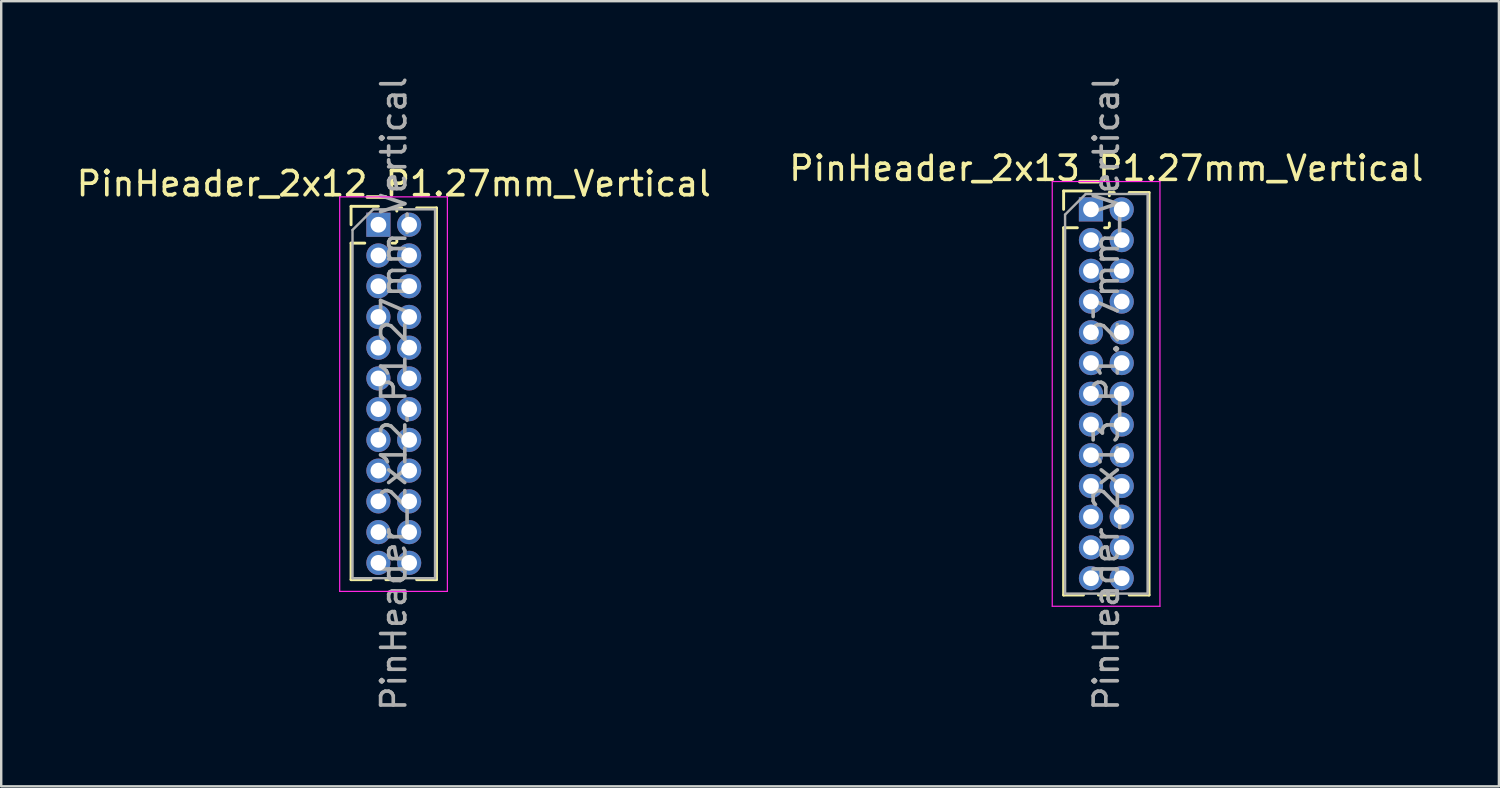
<source format=kicad_pcb>
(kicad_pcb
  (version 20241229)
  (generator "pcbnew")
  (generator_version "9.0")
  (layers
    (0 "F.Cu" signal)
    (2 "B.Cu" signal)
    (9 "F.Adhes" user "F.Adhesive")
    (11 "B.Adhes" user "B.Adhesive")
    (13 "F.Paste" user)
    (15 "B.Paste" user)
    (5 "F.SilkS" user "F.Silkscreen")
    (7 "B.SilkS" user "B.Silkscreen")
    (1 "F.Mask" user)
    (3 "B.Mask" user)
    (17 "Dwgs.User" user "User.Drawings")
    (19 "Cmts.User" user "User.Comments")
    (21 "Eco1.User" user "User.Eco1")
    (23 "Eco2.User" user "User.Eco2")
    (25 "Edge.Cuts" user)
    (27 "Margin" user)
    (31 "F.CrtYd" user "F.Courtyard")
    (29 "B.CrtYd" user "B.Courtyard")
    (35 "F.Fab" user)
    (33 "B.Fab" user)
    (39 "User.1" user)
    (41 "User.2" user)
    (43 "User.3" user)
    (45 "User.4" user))
  (footprint "PinHeader_2x13_P1.27mm_Vertical"
    (layer "F.Cu")
    (at 42.026 5.6)
    (property "Reference" "PinHeader_2x13_P1.27mm_Vertical" (at 0.635 -1.695 0) (layer "F.SilkS") (effects (font (size 1 1) (thickness 0.15))))
    (attr through_hole)
    (fp_line (start -1.13 -0.76) (end 0 -0.76) (stroke (width 0.12) (type solid)) (layer "F.SilkS"))
    (fp_line (start -1.13 0) (end -1.13 -0.76) (stroke (width 0.12) (type solid)) (layer "F.SilkS"))
    (fp_line (start -1.13 0.76) (end -1.13 15.935) (stroke (width 0.12) (type solid)) (layer "F.SilkS"))
    (fp_line (start -1.13 0.76) (end -0.563 0.76) (stroke (width 0.12) (type solid)) (layer "F.SilkS"))
    (fp_line (start -1.13 15.935) (end -0.308 15.935) (stroke (width 0.12) (type solid)) (layer "F.SilkS"))
    (fp_line (start 0.308 15.935) (end 0.962 15.935) (stroke (width 0.12) (type solid)) (layer "F.SilkS"))
    (fp_line (start 0.563 0.76) (end 0.707 0.76) (stroke (width 0.12) (type solid)) (layer "F.SilkS"))
    (fp_line (start 0.76 -0.695) (end 0.962 -0.695) (stroke (width 0.12) (type solid)) (layer "F.SilkS"))
    (fp_line (start 0.76 -0.563) (end 0.76 -0.695) (stroke (width 0.12) (type solid)) (layer "F.SilkS"))
    (fp_line (start 0.76 0.707) (end 0.76 0.563) (stroke (width 0.12) (type solid)) (layer "F.SilkS"))
    (fp_line (start 1.578 -0.695) (end 2.4 -0.695) (stroke (width 0.12) (type solid)) (layer "F.SilkS"))
    (fp_line (start 1.578 15.935) (end 2.4 15.935) (stroke (width 0.12) (type solid)) (layer "F.SilkS"))
    (fp_line (start 2.4 -0.695) (end 2.4 15.935) (stroke (width 0.12) (type solid)) (layer "F.SilkS"))
    (fp_line (start -1.6 -1.15) (end -1.6 16.4) (stroke (width 0.05) (type solid)) (layer "F.CrtYd"))
    (fp_line (start -1.6 16.4) (end 2.85 16.4) (stroke (width 0.05) (type solid)) (layer "F.CrtYd"))
    (fp_line (start 2.85 -1.15) (end -1.6 -1.15) (stroke (width 0.05) (type solid)) (layer "F.CrtYd"))
    (fp_line (start 2.85 16.4) (end 2.85 -1.15) (stroke (width 0.05) (type solid)) (layer "F.CrtYd"))
    (fp_line (start -1.07 0.217) (end -0.217 -0.635) (stroke (width 0.1) (type solid)) (layer "F.Fab"))
    (fp_line (start -1.07 15.875) (end -1.07 0.217) (stroke (width 0.1) (type solid)) (layer "F.Fab"))
    (fp_line (start -0.217 -0.635) (end 2.34 -0.635) (stroke (width 0.1) (type solid)) (layer "F.Fab"))
    (fp_line (start 2.34 -0.635) (end 2.34 15.875) (stroke (width 0.1) (type solid)) (layer "F.Fab"))
    (fp_line (start 2.34 15.875) (end -1.07 15.875) (stroke (width 0.1) (type solid)) (layer "F.Fab"))
    (fp_text user "${REFERENCE}" (at 0.635 7.62 90) (layer "F.Fab") (effects (font (size 1 1) (thickness 0.15))))
    (pad "1" thru_hole rect (at 0 0) (size 1 1) (drill 0.65) (layers "*.Cu" "*.Mask"))
    (pad "2" thru_hole oval (at 1.27 0) (size 1 1) (drill 0.65) (layers "*.Cu" "*.Mask"))
    (pad "3" thru_hole oval (at 0 1.27) (size 1 1) (drill 0.65) (layers "*.Cu" "*.Mask"))
    (pad "4" thru_hole oval (at 1.27 1.27) (size 1 1) (drill 0.65) (layers "*.Cu" "*.Mask"))
    (pad "5" thru_hole oval (at 0 2.54) (size 1 1) (drill 0.65) (layers "*.Cu" "*.Mask"))
    (pad "6" thru_hole oval (at 1.27 2.54) (size 1 1) (drill 0.65) (layers "*.Cu" "*.Mask"))
    (pad "7" thru_hole oval (at 0 3.81) (size 1 1) (drill 0.65) (layers "*.Cu" "*.Mask"))
    (pad "8" thru_hole oval (at 1.27 3.81) (size 1 1) (drill 0.65) (layers "*.Cu" "*.Mask"))
    (pad "9" thru_hole oval (at 0 5.08) (size 1 1) (drill 0.65) (layers "*.Cu" "*.Mask"))
    (pad "10" thru_hole oval (at 1.27 5.08) (size 1 1) (drill 0.65) (layers "*.Cu" "*.Mask"))
    (pad "11" thru_hole oval (at 0 6.35) (size 1 1) (drill 0.65) (layers "*.Cu" "*.Mask"))
    (pad "12" thru_hole oval (at 1.27 6.35) (size 1 1) (drill 0.65) (layers "*.Cu" "*.Mask"))
    (pad "13" thru_hole oval (at 0 7.62) (size 1 1) (drill 0.65) (layers "*.Cu" "*.Mask"))
    (pad "14" thru_hole oval (at 1.27 7.62) (size 1 1) (drill 0.65) (layers "*.Cu" "*.Mask"))
    (pad "15" thru_hole oval (at 0 8.89) (size 1 1) (drill 0.65) (layers "*.Cu" "*.Mask"))
    (pad "16" thru_hole oval (at 1.27 8.89) (size 1 1) (drill 0.65) (layers "*.Cu" "*.Mask"))
    (pad "17" thru_hole oval (at 0 10.16) (size 1 1) (drill 0.65) (layers "*.Cu" "*.Mask"))
    (pad "18" thru_hole oval (at 1.27 10.16) (size 1 1) (drill 0.65) (layers "*.Cu" "*.Mask"))
    (pad "19" thru_hole oval (at 0 11.43) (size 1 1) (drill 0.65) (layers "*.Cu" "*.Mask"))
    (pad "20" thru_hole oval (at 1.27 11.43) (size 1 1) (drill 0.65) (layers "*.Cu" "*.Mask"))
    (pad "21" thru_hole oval (at 0 12.7) (size 1 1) (drill 0.65) (layers "*.Cu" "*.Mask"))
    (pad "22" thru_hole oval (at 1.27 12.7) (size 1 1) (drill 0.65) (layers "*.Cu" "*.Mask"))
    (pad "23" thru_hole oval (at 0 13.97) (size 1 1) (drill 0.65) (layers "*.Cu" "*.Mask"))
    (pad "24" thru_hole oval (at 1.27 13.97) (size 1 1) (drill 0.65) (layers "*.Cu" "*.Mask"))
    (pad "25" thru_hole oval (at 0 15.24) (size 1 1) (drill 0.65) (layers "*.Cu" "*.Mask"))
    (pad "26" thru_hole oval (at 1.27 15.24) (size 1 1) (drill 0.65) (layers "*.Cu" "*.Mask")))
  (footprint "PinHeader_2x12_P1.27mm_Vertical"
    (layer "F.Cu")
    (at 12.585 6.235)
    (property "Reference" "PinHeader_2x12_P1.27mm_Vertical" (at 0.635 -1.695 0) (layer "F.SilkS") (effects (font (size 1 1) (thickness 0.15))))
    (attr through_hole)
    (fp_line (start -1.13 -0.76) (end 0 -0.76) (stroke (width 0.12) (type solid)) (layer "F.SilkS"))
    (fp_line (start -1.13 0) (end -1.13 -0.76) (stroke (width 0.12) (type solid)) (layer "F.SilkS"))
    (fp_line (start -1.13 0.76) (end -1.13 14.665) (stroke (width 0.12) (type solid)) (layer "F.SilkS"))
    (fp_line (start -1.13 0.76) (end -0.563 0.76) (stroke (width 0.12) (type solid)) (layer "F.SilkS"))
    (fp_line (start -1.13 14.665) (end -0.308 14.665) (stroke (width 0.12) (type solid)) (layer "F.SilkS"))
    (fp_line (start 0.308 14.665) (end 0.962 14.665) (stroke (width 0.12) (type solid)) (layer "F.SilkS"))
    (fp_line (start 0.563 0.76) (end 0.707 0.76) (stroke (width 0.12) (type solid)) (layer "F.SilkS"))
    (fp_line (start 0.76 -0.695) (end 0.962 -0.695) (stroke (width 0.12) (type solid)) (layer "F.SilkS"))
    (fp_line (start 0.76 -0.563) (end 0.76 -0.695) (stroke (width 0.12) (type solid)) (layer "F.SilkS"))
    (fp_line (start 0.76 0.707) (end 0.76 0.563) (stroke (width 0.12) (type solid)) (layer "F.SilkS"))
    (fp_line (start 1.578 -0.695) (end 2.4 -0.695) (stroke (width 0.12) (type solid)) (layer "F.SilkS"))
    (fp_line (start 1.578 14.665) (end 2.4 14.665) (stroke (width 0.12) (type solid)) (layer "F.SilkS"))
    (fp_line (start 2.4 -0.695) (end 2.4 14.665) (stroke (width 0.12) (type solid)) (layer "F.SilkS"))
    (fp_line (start -1.6 -1.15) (end -1.6 15.15) (stroke (width 0.05) (type solid)) (layer "F.CrtYd"))
    (fp_line (start -1.6 15.15) (end 2.85 15.15) (stroke (width 0.05) (type solid)) (layer "F.CrtYd"))
    (fp_line (start 2.85 -1.15) (end -1.6 -1.15) (stroke (width 0.05) (type solid)) (layer "F.CrtYd"))
    (fp_line (start 2.85 15.15) (end 2.85 -1.15) (stroke (width 0.05) (type solid)) (layer "F.CrtYd"))
    (fp_line (start -1.07 0.217) (end -0.217 -0.635) (stroke (width 0.1) (type solid)) (layer "F.Fab"))
    (fp_line (start -1.07 14.605) (end -1.07 0.217) (stroke (width 0.1) (type solid)) (layer "F.Fab"))
    (fp_line (start -0.217 -0.635) (end 2.34 -0.635) (stroke (width 0.1) (type solid)) (layer "F.Fab"))
    (fp_line (start 2.34 -0.635) (end 2.34 14.605) (stroke (width 0.1) (type solid)) (layer "F.Fab"))
    (fp_line (start 2.34 14.605) (end -1.07 14.605) (stroke (width 0.1) (type solid)) (layer "F.Fab"))
    (fp_text user "${REFERENCE}" (at 0.635 6.985 90) (layer "F.Fab") (effects (font (size 1 1) (thickness 0.15))))
    (pad "1" thru_hole rect (at 0 0) (size 1 1) (drill 0.65) (layers "*.Cu" "*.Mask"))
    (pad "2" thru_hole oval (at 1.27 0) (size 1 1) (drill 0.65) (layers "*.Cu" "*.Mask"))
    (pad "3" thru_hole oval (at 0 1.27) (size 1 1) (drill 0.65) (layers "*.Cu" "*.Mask"))
    (pad "4" thru_hole oval (at 1.27 1.27) (size 1 1) (drill 0.65) (layers "*.Cu" "*.Mask"))
    (pad "5" thru_hole oval (at 0 2.54) (size 1 1) (drill 0.65) (layers "*.Cu" "*.Mask"))
    (pad "6" thru_hole oval (at 1.27 2.54) (size 1 1) (drill 0.65) (layers "*.Cu" "*.Mask"))
    (pad "7" thru_hole oval (at 0 3.81) (size 1 1) (drill 0.65) (layers "*.Cu" "*.Mask"))
    (pad "8" thru_hole oval (at 1.27 3.81) (size 1 1) (drill 0.65) (layers "*.Cu" "*.Mask"))
    (pad "9" thru_hole oval (at 0 5.08) (size 1 1) (drill 0.65) (layers "*.Cu" "*.Mask"))
    (pad "10" thru_hole oval (at 1.27 5.08) (size 1 1) (drill 0.65) (layers "*.Cu" "*.Mask"))
    (pad "11" thru_hole oval (at 0 6.35) (size 1 1) (drill 0.65) (layers "*.Cu" "*.Mask"))
    (pad "12" thru_hole oval (at 1.27 6.35) (size 1 1) (drill 0.65) (layers "*.Cu" "*.Mask"))
    (pad "13" thru_hole oval (at 0 7.62) (size 1 1) (drill 0.65) (layers "*.Cu" "*.Mask"))
    (pad "14" thru_hole oval (at 1.27 7.62) (size 1 1) (drill 0.65) (layers "*.Cu" "*.Mask"))
    (pad "15" thru_hole oval (at 0 8.89) (size 1 1) (drill 0.65) (layers "*.Cu" "*.Mask"))
    (pad "16" thru_hole oval (at 1.27 8.89) (size 1 1) (drill 0.65) (layers "*.Cu" "*.Mask"))
    (pad "17" thru_hole oval (at 0 10.16) (size 1 1) (drill 0.65) (layers "*.Cu" "*.Mask"))
    (pad "18" thru_hole oval (at 1.27 10.16) (size 1 1) (drill 0.65) (layers "*.Cu" "*.Mask"))
    (pad "19" thru_hole oval (at 0 11.43) (size 1 1) (drill 0.65) (layers "*.Cu" "*.Mask"))
    (pad "20" thru_hole oval (at 1.27 11.43) (size 1 1) (drill 0.65) (layers "*.Cu" "*.Mask"))
    (pad "21" thru_hole oval (at 0 12.7) (size 1 1) (drill 0.65) (layers "*.Cu" "*.Mask"))
    (pad "22" thru_hole oval (at 1.27 12.7) (size 1 1) (drill 0.65) (layers "*.Cu" "*.Mask"))
    (pad "23" thru_hole oval (at 0 13.97) (size 1 1) (drill 0.65) (layers "*.Cu" "*.Mask"))
    (pad "24" thru_hole oval (at 1.27 13.97) (size 1 1) (drill 0.65) (layers "*.Cu" "*.Mask")))
  (gr_rect
    (start -3 -3)
    (end 58.881 29.44)
    (stroke (width 0.1) (type default))
    (fill no)
    (layer "Edge.Cuts")))
</source>
